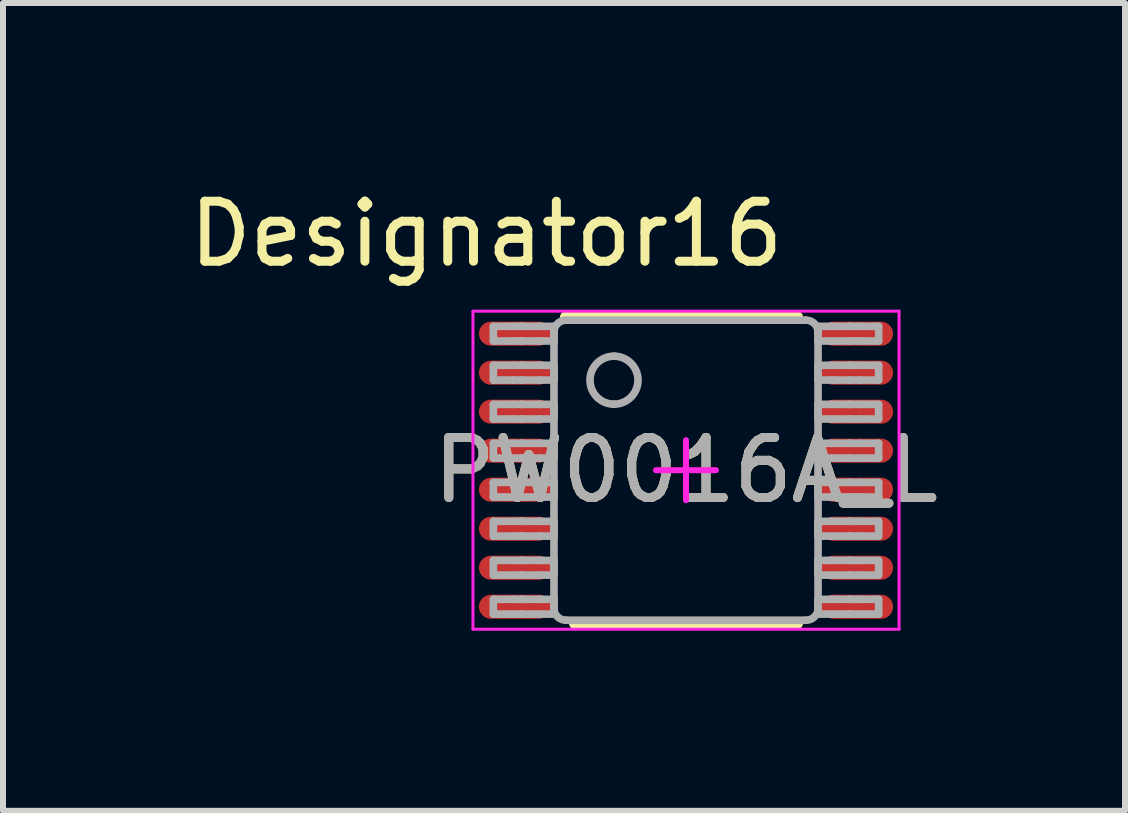
<source format=kicad_pcb>
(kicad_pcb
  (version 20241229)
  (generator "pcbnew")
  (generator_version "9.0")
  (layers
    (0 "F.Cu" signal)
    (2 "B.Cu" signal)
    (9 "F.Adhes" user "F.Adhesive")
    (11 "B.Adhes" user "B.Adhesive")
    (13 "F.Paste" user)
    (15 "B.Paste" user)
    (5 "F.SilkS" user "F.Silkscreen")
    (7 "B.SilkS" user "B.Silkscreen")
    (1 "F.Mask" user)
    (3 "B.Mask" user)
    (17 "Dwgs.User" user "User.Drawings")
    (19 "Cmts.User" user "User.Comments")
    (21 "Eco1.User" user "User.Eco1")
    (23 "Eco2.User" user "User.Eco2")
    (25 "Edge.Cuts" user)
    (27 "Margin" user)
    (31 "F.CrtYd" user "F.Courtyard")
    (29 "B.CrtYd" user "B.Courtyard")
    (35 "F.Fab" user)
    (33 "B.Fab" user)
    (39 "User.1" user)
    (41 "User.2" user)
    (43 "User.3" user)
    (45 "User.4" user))
  (footprint "PW0016A_L"
    (layer "F.Cu")
    (at 8.381 4.785)
    (property "Reference" "PW0016A_L" (at 0 0 0) (unlocked yes) (layer "F.SilkS") (effects (font (size 1 1) (thickness 0.15))))
    (attr smd)
    (fp_line (start -2 -2.55) (end 1.85 -2.55) (stroke (width 0.2) (type solid)) (layer "F.SilkS"))
    (fp_line (start -1.85 2.55) (end 1.85 2.55) (stroke (width 0.2) (type solid)) (layer "F.SilkS"))
    (fp_line (start -3.55 -2.65) (end 3.55 -2.65) (stroke (width 0.05) (type solid)) (layer "F.CrtYd"))
    (fp_line (start -3.55 2.65) (end -3.55 -2.65) (stroke (width 0.05) (type solid)) (layer "F.CrtYd"))
    (fp_line (start -3.55 2.65) (end 3.55 2.65) (stroke (width 0.05) (type solid)) (layer "F.CrtYd"))
    (fp_line (start -0.5 0) (end 0.5 0) (stroke (width 0.1) (type solid)) (layer "F.CrtYd"))
    (fp_line (start -0.000003 0.5) (end -0.000003 -0.5) (stroke (width 0.1) (type solid)) (layer "F.CrtYd"))
    (fp_line (start 3.55 2.65) (end 3.55 -2.65) (stroke (width 0.05) (type solid)) (layer "F.CrtYd"))
    (fp_line (start -3.21 -2.397) (end -2.887 -2.397) (stroke (width 0.127) (type solid)) (layer "F.Fab"))
    (fp_line (start -3.21 -2.153) (end -3.21 -2.397) (stroke (width 0.127) (type solid)) (layer "F.Fab"))
    (fp_line (start -3.21 -2.153) (end -2.887 -2.153) (stroke (width 0.127) (type solid)) (layer "F.Fab"))
    (fp_line (start -3.21 -1.748) (end -2.887 -1.748) (stroke (width 0.127) (type solid)) (layer "F.Fab"))
    (fp_line (start -3.21 -1.502) (end -3.21 -1.748) (stroke (width 0.127) (type solid)) (layer "F.Fab"))
    (fp_line (start -3.21 -1.502) (end -2.887 -1.502) (stroke (width 0.127) (type solid)) (layer "F.Fab"))
    (fp_line (start -3.21 -1.097) (end -2.887 -1.097) (stroke (width 0.127) (type solid)) (layer "F.Fab"))
    (fp_line (start -3.21 -0.853) (end -3.21 -1.097) (stroke (width 0.127) (type solid)) (layer "F.Fab"))
    (fp_line (start -3.21 -0.853) (end -2.887 -0.853) (stroke (width 0.127) (type solid)) (layer "F.Fab"))
    (fp_line (start -3.21 -0.448) (end -2.887 -0.448) (stroke (width 0.127) (type solid)) (layer "F.Fab"))
    (fp_line (start -3.21 -0.202) (end -3.21 -0.448) (stroke (width 0.127) (type solid)) (layer "F.Fab"))
    (fp_line (start -3.21 -0.202) (end -2.887 -0.202) (stroke (width 0.127) (type solid)) (layer "F.Fab"))
    (fp_line (start -3.21 0.203) (end -2.887 0.203) (stroke (width 0.127) (type solid)) (layer "F.Fab"))
    (fp_line (start -3.21 0.447) (end -3.21 0.203) (stroke (width 0.127) (type solid)) (layer "F.Fab"))
    (fp_line (start -3.21 0.447) (end -2.887 0.447) (stroke (width 0.127) (type solid)) (layer "F.Fab"))
    (fp_line (start -3.21 0.852) (end -2.887 0.852) (stroke (width 0.127) (type solid)) (layer "F.Fab"))
    (fp_line (start -3.21 1.098) (end -3.21 0.852) (stroke (width 0.127) (type solid)) (layer "F.Fab"))
    (fp_line (start -3.21 1.098) (end -2.887 1.098) (stroke (width 0.127) (type solid)) (layer "F.Fab"))
    (fp_line (start -3.21 1.503) (end -2.887 1.503) (stroke (width 0.127) (type solid)) (layer "F.Fab"))
    (fp_line (start -3.21 1.748) (end -3.21 1.503) (stroke (width 0.127) (type solid)) (layer "F.Fab"))
    (fp_line (start -3.21 1.748) (end -2.887 1.748) (stroke (width 0.127) (type solid)) (layer "F.Fab"))
    (fp_line (start -3.21 2.152) (end -2.887 2.152) (stroke (width 0.127) (type solid)) (layer "F.Fab"))
    (fp_line (start -3.21 2.398) (end -3.21 2.152) (stroke (width 0.127) (type solid)) (layer "F.Fab"))
    (fp_line (start -3.21 2.398) (end -2.887 2.398) (stroke (width 0.127) (type solid)) (layer "F.Fab"))
    (fp_line (start -2.887 -2.397) (end -2.739 -2.397) (stroke (width 0.127) (type solid)) (layer "F.Fab"))
    (fp_line (start -2.887 -2.153) (end -2.739 -2.153) (stroke (width 0.127) (type solid)) (layer "F.Fab"))
    (fp_line (start -2.887 -1.748) (end -2.739 -1.748) (stroke (width 0.127) (type solid)) (layer "F.Fab"))
    (fp_line (start -2.887 -1.502) (end -2.739 -1.502) (stroke (width 0.127) (type solid)) (layer "F.Fab"))
    (fp_line (start -2.887 -1.097) (end -2.739 -1.097) (stroke (width 0.127) (type solid)) (layer "F.Fab"))
    (fp_line (start -2.887 -0.853) (end -2.739 -0.853) (stroke (width 0.127) (type solid)) (layer "F.Fab"))
    (fp_line (start -2.887 -0.448) (end -2.739 -0.448) (stroke (width 0.127) (type solid)) (layer "F.Fab"))
    (fp_line (start -2.887 -0.202) (end -2.739 -0.202) (stroke (width 0.127) (type solid)) (layer "F.Fab"))
    (fp_line (start -2.887 0.203) (end -2.739 0.203) (stroke (width 0.127) (type solid)) (layer "F.Fab"))
    (fp_line (start -2.887 0.447) (end -2.739 0.447) (stroke (width 0.127) (type solid)) (layer "F.Fab"))
    (fp_line (start -2.887 0.852) (end -2.739 0.852) (stroke (width 0.127) (type solid)) (layer "F.Fab"))
    (fp_line (start -2.887 1.098) (end -2.739 1.098) (stroke (width 0.127) (type solid)) (layer "F.Fab"))
    (fp_line (start -2.887 1.503) (end -2.739 1.503) (stroke (width 0.127) (type solid)) (layer "F.Fab"))
    (fp_line (start -2.887 1.748) (end -2.739 1.748) (stroke (width 0.127) (type solid)) (layer "F.Fab"))
    (fp_line (start -2.887 2.152) (end -2.739 2.152) (stroke (width 0.127) (type solid)) (layer "F.Fab"))
    (fp_line (start -2.887 2.398) (end -2.739 2.398) (stroke (width 0.127) (type solid)) (layer "F.Fab"))
    (fp_line (start -2.739 -2.397) (end -2.733 -2.397) (stroke (width 0.127) (type solid)) (layer "F.Fab"))
    (fp_line (start -2.739 -2.153) (end -2.733 -2.153) (stroke (width 0.127) (type solid)) (layer "F.Fab"))
    (fp_line (start -2.739 -1.748) (end -2.733 -1.748) (stroke (width 0.127) (type solid)) (layer "F.Fab"))
    (fp_line (start -2.739 -1.502) (end -2.733 -1.502) (stroke (width 0.127) (type solid)) (layer "F.Fab"))
    (fp_line (start -2.739 -1.097) (end -2.733 -1.097) (stroke (width 0.127) (type solid)) (layer "F.Fab"))
    (fp_line (start -2.739 -0.853) (end -2.733 -0.853) (stroke (width 0.127) (type solid)) (layer "F.Fab"))
    (fp_line (start -2.739 -0.448) (end -2.733 -0.448) (stroke (width 0.127) (type solid)) (layer "F.Fab"))
    (fp_line (start -2.739 -0.202) (end -2.733 -0.202) (stroke (width 0.127) (type solid)) (layer "F.Fab"))
    (fp_line (start -2.739 0.203) (end -2.733 0.203) (stroke (width 0.127) (type solid)) (layer "F.Fab"))
    (fp_line (start -2.739 0.447) (end -2.733 0.447) (stroke (width 0.127) (type solid)) (layer "F.Fab"))
    (fp_line (start -2.739 0.852) (end -2.733 0.852) (stroke (width 0.127) (type solid)) (layer "F.Fab"))
    (fp_line (start -2.739 1.098) (end -2.733 1.098) (stroke (width 0.127) (type solid)) (layer "F.Fab"))
    (fp_line (start -2.739 1.503) (end -2.733 1.503) (stroke (width 0.127) (type solid)) (layer "F.Fab"))
    (fp_line (start -2.739 1.748) (end -2.733 1.748) (stroke (width 0.127) (type solid)) (layer "F.Fab"))
    (fp_line (start -2.739 2.152) (end -2.733 2.152) (stroke (width 0.127) (type solid)) (layer "F.Fab"))
    (fp_line (start -2.739 2.398) (end -2.733 2.398) (stroke (width 0.127) (type solid)) (layer "F.Fab"))
    (fp_line (start -2.733 -2.397) (end -2.431 -2.397) (stroke (width 0.127) (type solid)) (layer "F.Fab"))
    (fp_line (start -2.733 -2.153) (end -2.431 -2.153) (stroke (width 0.127) (type solid)) (layer "F.Fab"))
    (fp_line (start -2.733 -1.748) (end -2.431 -1.748) (stroke (width 0.127) (type solid)) (layer "F.Fab"))
    (fp_line (start -2.733 -1.502) (end -2.431 -1.502) (stroke (width 0.127) (type solid)) (layer "F.Fab"))
    (fp_line (start -2.733 -1.097) (end -2.431 -1.097) (stroke (width 0.127) (type solid)) (layer "F.Fab"))
    (fp_line (start -2.733 -0.853) (end -2.431 -0.853) (stroke (width 0.127) (type solid)) (layer "F.Fab"))
    (fp_line (start -2.733 -0.448) (end -2.431 -0.448) (stroke (width 0.127) (type solid)) (layer "F.Fab"))
    (fp_line (start -2.733 -0.202) (end -2.431 -0.202) (stroke (width 0.127) (type solid)) (layer "F.Fab"))
    (fp_line (start -2.733 0.203) (end -2.431 0.203) (stroke (width 0.127) (type solid)) (layer "F.Fab"))
    (fp_line (start -2.733 0.447) (end -2.431 0.447) (stroke (width 0.127) (type solid)) (layer "F.Fab"))
    (fp_line (start -2.733 0.852) (end -2.431 0.852) (stroke (width 0.127) (type solid)) (layer "F.Fab"))
    (fp_line (start -2.733 1.098) (end -2.431 1.098) (stroke (width 0.127) (type solid)) (layer "F.Fab"))
    (fp_line (start -2.733 1.503) (end -2.431 1.503) (stroke (width 0.127) (type solid)) (layer "F.Fab"))
    (fp_line (start -2.733 1.748) (end -2.431 1.748) (stroke (width 0.127) (type solid)) (layer "F.Fab"))
    (fp_line (start -2.733 2.152) (end -2.431 2.152) (stroke (width 0.127) (type solid)) (layer "F.Fab"))
    (fp_line (start -2.733 2.398) (end -2.431 2.398) (stroke (width 0.127) (type solid)) (layer "F.Fab"))
    (fp_line (start -2.431 -2.397) (end -2.2 -2.397) (stroke (width 0.127) (type solid)) (layer "F.Fab"))
    (fp_line (start -2.431 -2.153) (end -2.2 -2.153) (stroke (width 0.127) (type solid)) (layer "F.Fab"))
    (fp_line (start -2.431 -1.748) (end -2.2 -1.748) (stroke (width 0.127) (type solid)) (layer "F.Fab"))
    (fp_line (start -2.431 -1.502) (end -2.2 -1.502) (stroke (width 0.127) (type solid)) (layer "F.Fab"))
    (fp_line (start -2.431 -1.097) (end -2.2 -1.097) (stroke (width 0.127) (type solid)) (layer "F.Fab"))
    (fp_line (start -2.431 -0.853) (end -2.2 -0.853) (stroke (width 0.127) (type solid)) (layer "F.Fab"))
    (fp_line (start -2.431 -0.448) (end -2.2 -0.448) (stroke (width 0.127) (type solid)) (layer "F.Fab"))
    (fp_line (start -2.431 -0.202) (end -2.2 -0.202) (stroke (width 0.127) (type solid)) (layer "F.Fab"))
    (fp_line (start -2.431 0.203) (end -2.2 0.203) (stroke (width 0.127) (type solid)) (layer "F.Fab"))
    (fp_line (start -2.431 0.447) (end -2.2 0.447) (stroke (width 0.127) (type solid)) (layer "F.Fab"))
    (fp_line (start -2.431 0.852) (end -2.2 0.852) (stroke (width 0.127) (type solid)) (layer "F.Fab"))
    (fp_line (start -2.431 1.098) (end -2.2 1.098) (stroke (width 0.127) (type solid)) (layer "F.Fab"))
    (fp_line (start -2.431 1.503) (end -2.2 1.503) (stroke (width 0.127) (type solid)) (layer "F.Fab"))
    (fp_line (start -2.431 1.748) (end -2.2 1.748) (stroke (width 0.127) (type solid)) (layer "F.Fab"))
    (fp_line (start -2.431 2.152) (end -2.2 2.152) (stroke (width 0.127) (type solid)) (layer "F.Fab"))
    (fp_line (start -2.431 2.398) (end -2.2 2.398) (stroke (width 0.127) (type solid)) (layer "F.Fab"))
    (fp_line (start -2.2 -2.153) (end -2.2 -2.397) (stroke (width 0.127) (type solid)) (layer "F.Fab"))
    (fp_line (start -2.2 -1.502) (end -2.2 -1.748) (stroke (width 0.127) (type solid)) (layer "F.Fab"))
    (fp_line (start -2.2 -0.853) (end -2.2 -1.097) (stroke (width 0.127) (type solid)) (layer "F.Fab"))
    (fp_line (start -2.2 -0.202) (end -2.2 -0.448) (stroke (width 0.127) (type solid)) (layer "F.Fab"))
    (fp_line (start -2.2 0.447) (end -2.2 0.203) (stroke (width 0.127) (type solid)) (layer "F.Fab"))
    (fp_line (start -2.2 1.098) (end -2.2 0.852) (stroke (width 0.127) (type solid)) (layer "F.Fab"))
    (fp_line (start -2.2 1.748) (end -2.2 1.503) (stroke (width 0.127) (type solid)) (layer "F.Fab"))
    (fp_line (start -2.2 2.3) (end -2.2 -2.3) (stroke (width 0.127) (type solid)) (layer "F.Fab"))
    (fp_line (start -2.2 2.398) (end -2.2 2.152) (stroke (width 0.127) (type solid)) (layer "F.Fab"))
    (fp_line (start -2 -2.5) (end 2 -2.5) (stroke (width 0.127) (type solid)) (layer "F.Fab"))
    (fp_line (start -2 2.5) (end 2 2.5) (stroke (width 0.127) (type solid)) (layer "F.Fab"))
    (fp_line (start 2.2 -2.397) (end 2.43 -2.397) (stroke (width 0.127) (type solid)) (layer "F.Fab"))
    (fp_line (start 2.2 -2.153) (end 2.2 -2.397) (stroke (width 0.127) (type solid)) (layer "F.Fab"))
    (fp_line (start 2.2 -2.153) (end 2.43 -2.153) (stroke (width 0.127) (type solid)) (layer "F.Fab"))
    (fp_line (start 2.2 -1.748) (end 2.43 -1.748) (stroke (width 0.127) (type solid)) (layer "F.Fab"))
    (fp_line (start 2.2 -1.502) (end 2.2 -1.748) (stroke (width 0.127) (type solid)) (layer "F.Fab"))
    (fp_line (start 2.2 -1.502) (end 2.43 -1.502) (stroke (width 0.127) (type solid)) (layer "F.Fab"))
    (fp_line (start 2.2 -1.097) (end 2.43 -1.097) (stroke (width 0.127) (type solid)) (layer "F.Fab"))
    (fp_line (start 2.2 -0.853) (end 2.2 -1.097) (stroke (width 0.127) (type solid)) (layer "F.Fab"))
    (fp_line (start 2.2 -0.853) (end 2.43 -0.853) (stroke (width 0.127) (type solid)) (layer "F.Fab"))
    (fp_line (start 2.2 -0.448) (end 2.43 -0.448) (stroke (width 0.127) (type solid)) (layer "F.Fab"))
    (fp_line (start 2.2 -0.202) (end 2.2 -0.448) (stroke (width 0.127) (type solid)) (layer "F.Fab"))
    (fp_line (start 2.2 -0.202) (end 2.43 -0.202) (stroke (width 0.127) (type solid)) (layer "F.Fab"))
    (fp_line (start 2.2 0.203) (end 2.43 0.203) (stroke (width 0.127) (type solid)) (layer "F.Fab"))
    (fp_line (start 2.2 0.447) (end 2.2 0.203) (stroke (width 0.127) (type solid)) (layer "F.Fab"))
    (fp_line (start 2.2 0.447) (end 2.43 0.447) (stroke (width 0.127) (type solid)) (layer "F.Fab"))
    (fp_line (start 2.2 0.852) (end 2.43 0.852) (stroke (width 0.127) (type solid)) (layer "F.Fab"))
    (fp_line (start 2.2 1.098) (end 2.2 0.852) (stroke (width 0.127) (type solid)) (layer "F.Fab"))
    (fp_line (start 2.2 1.098) (end 2.43 1.098) (stroke (width 0.127) (type solid)) (layer "F.Fab"))
    (fp_line (start 2.2 1.503) (end 2.43 1.503) (stroke (width 0.127) (type solid)) (layer "F.Fab"))
    (fp_line (start 2.2 1.748) (end 2.2 1.503) (stroke (width 0.127) (type solid)) (layer "F.Fab"))
    (fp_line (start 2.2 1.748) (end 2.43 1.748) (stroke (width 0.127) (type solid)) (layer "F.Fab"))
    (fp_line (start 2.2 2.152) (end 2.43 2.152) (stroke (width 0.127) (type solid)) (layer "F.Fab"))
    (fp_line (start 2.2 2.3) (end 2.2 -2.3) (stroke (width 0.127) (type solid)) (layer "F.Fab"))
    (fp_line (start 2.2 2.398) (end 2.2 2.152) (stroke (width 0.127) (type solid)) (layer "F.Fab"))
    (fp_line (start 2.2 2.398) (end 2.43 2.398) (stroke (width 0.127) (type solid)) (layer "F.Fab"))
    (fp_line (start 2.43 -2.397) (end 2.733 -2.397) (stroke (width 0.127) (type solid)) (layer "F.Fab"))
    (fp_line (start 2.43 -2.153) (end 2.733 -2.153) (stroke (width 0.127) (type solid)) (layer "F.Fab"))
    (fp_line (start 2.43 -1.748) (end 2.733 -1.748) (stroke (width 0.127) (type solid)) (layer "F.Fab"))
    (fp_line (start 2.43 -1.502) (end 2.733 -1.502) (stroke (width 0.127) (type solid)) (layer "F.Fab"))
    (fp_line (start 2.43 -1.097) (end 2.733 -1.097) (stroke (width 0.127) (type solid)) (layer "F.Fab"))
    (fp_line (start 2.43 -0.853) (end 2.733 -0.853) (stroke (width 0.127) (type solid)) (layer "F.Fab"))
    (fp_line (start 2.43 -0.448) (end 2.733 -0.448) (stroke (width 0.127) (type solid)) (layer "F.Fab"))
    (fp_line (start 2.43 -0.202) (end 2.733 -0.202) (stroke (width 0.127) (type solid)) (layer "F.Fab"))
    (fp_line (start 2.43 0.203) (end 2.733 0.203) (stroke (width 0.127) (type solid)) (layer "F.Fab"))
    (fp_line (start 2.43 0.447) (end 2.733 0.447) (stroke (width 0.127) (type solid)) (layer "F.Fab"))
    (fp_line (start 2.43 0.852) (end 2.733 0.852) (stroke (width 0.127) (type solid)) (layer "F.Fab"))
    (fp_line (start 2.43 1.098) (end 2.733 1.098) (stroke (width 0.127) (type solid)) (layer "F.Fab"))
    (fp_line (start 2.43 1.503) (end 2.733 1.503) (stroke (width 0.127) (type solid)) (layer "F.Fab"))
    (fp_line (start 2.43 1.748) (end 2.733 1.748) (stroke (width 0.127) (type solid)) (layer "F.Fab"))
    (fp_line (start 2.43 2.152) (end 2.733 2.152) (stroke (width 0.127) (type solid)) (layer "F.Fab"))
    (fp_line (start 2.43 2.398) (end 2.733 2.398) (stroke (width 0.127) (type solid)) (layer "F.Fab"))
    (fp_line (start 2.733 -2.397) (end 2.739 -2.397) (stroke (width 0.127) (type solid)) (layer "F.Fab"))
    (fp_line (start 2.733 -2.153) (end 2.739 -2.153) (stroke (width 0.127) (type solid)) (layer "F.Fab"))
    (fp_line (start 2.733 -1.748) (end 2.739 -1.748) (stroke (width 0.127) (type solid)) (layer "F.Fab"))
    (fp_line (start 2.733 -1.502) (end 2.739 -1.502) (stroke (width 0.127) (type solid)) (layer "F.Fab"))
    (fp_line (start 2.733 -1.097) (end 2.739 -1.097) (stroke (width 0.127) (type solid)) (layer "F.Fab"))
    (fp_line (start 2.733 -0.853) (end 2.739 -0.853) (stroke (width 0.127) (type solid)) (layer "F.Fab"))
    (fp_line (start 2.733 -0.448) (end 2.739 -0.448) (stroke (width 0.127) (type solid)) (layer "F.Fab"))
    (fp_line (start 2.733 -0.202) (end 2.739 -0.202) (stroke (width 0.127) (type solid)) (layer "F.Fab"))
    (fp_line (start 2.733 0.203) (end 2.739 0.203) (stroke (width 0.127) (type solid)) (layer "F.Fab"))
    (fp_line (start 2.733 0.447) (end 2.739 0.447) (stroke (width 0.127) (type solid)) (layer "F.Fab"))
    (fp_line (start 2.733 0.852) (end 2.739 0.852) (stroke (width 0.127) (type solid)) (layer "F.Fab"))
    (fp_line (start 2.733 1.098) (end 2.739 1.098) (stroke (width 0.127) (type solid)) (layer "F.Fab"))
    (fp_line (start 2.733 1.503) (end 2.739 1.503) (stroke (width 0.127) (type solid)) (layer "F.Fab"))
    (fp_line (start 2.733 1.748) (end 2.739 1.748) (stroke (width 0.127) (type solid)) (layer "F.Fab"))
    (fp_line (start 2.733 2.152) (end 2.739 2.152) (stroke (width 0.127) (type solid)) (layer "F.Fab"))
    (fp_line (start 2.733 2.398) (end 2.739 2.398) (stroke (width 0.127) (type solid)) (layer "F.Fab"))
    (fp_line (start 2.739 -2.397) (end 2.887 -2.397) (stroke (width 0.127) (type solid)) (layer "F.Fab"))
    (fp_line (start 2.739 -2.153) (end 2.887 -2.153) (stroke (width 0.127) (type solid)) (layer "F.Fab"))
    (fp_line (start 2.739 -1.748) (end 2.887 -1.748) (stroke (width 0.127) (type solid)) (layer "F.Fab"))
    (fp_line (start 2.739 -1.502) (end 2.887 -1.502) (stroke (width 0.127) (type solid)) (layer "F.Fab"))
    (fp_line (start 2.739 -1.097) (end 2.887 -1.097) (stroke (width 0.127) (type solid)) (layer "F.Fab"))
    (fp_line (start 2.739 -0.853) (end 2.887 -0.853) (stroke (width 0.127) (type solid)) (layer "F.Fab"))
    (fp_line (start 2.739 -0.448) (end 2.887 -0.448) (stroke (width 0.127) (type solid)) (layer "F.Fab"))
    (fp_line (start 2.739 -0.202) (end 2.887 -0.202) (stroke (width 0.127) (type solid)) (layer "F.Fab"))
    (fp_line (start 2.739 0.203) (end 2.887 0.203) (stroke (width 0.127) (type solid)) (layer "F.Fab"))
    (fp_line (start 2.739 0.447) (end 2.887 0.447) (stroke (width 0.127) (type solid)) (layer "F.Fab"))
    (fp_line (start 2.739 0.852) (end 2.887 0.852) (stroke (width 0.127) (type solid)) (layer "F.Fab"))
    (fp_line (start 2.739 1.098) (end 2.887 1.098) (stroke (width 0.127) (type solid)) (layer "F.Fab"))
    (fp_line (start 2.739 1.503) (end 2.887 1.503) (stroke (width 0.127) (type solid)) (layer "F.Fab"))
    (fp_line (start 2.739 1.748) (end 2.887 1.748) (stroke (width 0.127) (type solid)) (layer "F.Fab"))
    (fp_line (start 2.739 2.152) (end 2.887 2.152) (stroke (width 0.127) (type solid)) (layer "F.Fab"))
    (fp_line (start 2.739 2.398) (end 2.887 2.398) (stroke (width 0.127) (type solid)) (layer "F.Fab"))
    (fp_line (start 2.887 -2.397) (end 3.21 -2.397) (stroke (width 0.127) (type solid)) (layer "F.Fab"))
    (fp_line (start 2.887 -2.153) (end 3.21 -2.153) (stroke (width 0.127) (type solid)) (layer "F.Fab"))
    (fp_line (start 2.887 -1.748) (end 3.21 -1.748) (stroke (width 0.127) (type solid)) (layer "F.Fab"))
    (fp_line (start 2.887 -1.502) (end 3.21 -1.502) (stroke (width 0.127) (type solid)) (layer "F.Fab"))
    (fp_line (start 2.887 -1.097) (end 3.21 -1.097) (stroke (width 0.127) (type solid)) (layer "F.Fab"))
    (fp_line (start 2.887 -0.853) (end 3.21 -0.853) (stroke (width 0.127) (type solid)) (layer "F.Fab"))
    (fp_line (start 2.887 -0.448) (end 3.21 -0.448) (stroke (width 0.127) (type solid)) (layer "F.Fab"))
    (fp_line (start 2.887 -0.202) (end 3.21 -0.202) (stroke (width 0.127) (type solid)) (layer "F.Fab"))
    (fp_line (start 2.887 0.203) (end 3.21 0.203) (stroke (width 0.127) (type solid)) (layer "F.Fab"))
    (fp_line (start 2.887 0.447) (end 3.21 0.447) (stroke (width 0.127) (type solid)) (layer "F.Fab"))
    (fp_line (start 2.887 0.852) (end 3.21 0.852) (stroke (width 0.127) (type solid)) (layer "F.Fab"))
    (fp_line (start 2.887 1.098) (end 3.21 1.098) (stroke (width 0.127) (type solid)) (layer "F.Fab"))
    (fp_line (start 2.887 1.503) (end 3.21 1.503) (stroke (width 0.127) (type solid)) (layer "F.Fab"))
    (fp_line (start 2.887 1.748) (end 3.21 1.748) (stroke (width 0.127) (type solid)) (layer "F.Fab"))
    (fp_line (start 2.887 2.152) (end 3.21 2.152) (stroke (width 0.127) (type solid)) (layer "F.Fab"))
    (fp_line (start 2.887 2.398) (end 3.21 2.398) (stroke (width 0.127) (type solid)) (layer "F.Fab"))
    (fp_line (start 3.21 -2.153) (end 3.21 -2.397) (stroke (width 0.127) (type solid)) (layer "F.Fab"))
    (fp_line (start 3.21 -1.502) (end 3.21 -1.748) (stroke (width 0.127) (type solid)) (layer "F.Fab"))
    (fp_line (start 3.21 -0.853) (end 3.21 -1.097) (stroke (width 0.127) (type solid)) (layer "F.Fab"))
    (fp_line (start 3.21 -0.202) (end 3.21 -0.448) (stroke (width 0.127) (type solid)) (layer "F.Fab"))
    (fp_line (start 3.21 0.447) (end 3.21 0.203) (stroke (width 0.127) (type solid)) (layer "F.Fab"))
    (fp_line (start 3.21 1.098) (end 3.21 0.852) (stroke (width 0.127) (type solid)) (layer "F.Fab"))
    (fp_line (start 3.21 1.748) (end 3.21 1.503) (stroke (width 0.127) (type solid)) (layer "F.Fab"))
    (fp_line (start 3.21 2.398) (end 3.21 2.152) (stroke (width 0.127) (type solid)) (layer "F.Fab"))
    (fp_arc (start -2.200001 -2.3) (mid -2.141422 -2.441421) (end -2.000001 -2.5) (stroke (width 0.127) (type solid)) (layer "F.Fab"))
    (fp_arc (start -2.000001 2.500015) (mid -2.141422 2.441437) (end -2.200001 2.300016) (stroke (width 0.127) (type solid)) (layer "F.Fab"))
    (fp_arc (start -1.200003 -1.900001) (mid -0.800003 -1.500002) (end -1.200003 -1.100003) (stroke (width 0.127) (type solid)) (layer "F.Fab"))
    (fp_arc (start -1.200003 -1.100003) (mid -1.600002 -1.500002) (end -1.200003 -1.900001) (stroke (width 0.127) (type solid)) (layer "F.Fab"))
    (fp_arc (start 1.999991 -2.5) (mid 2.141412 -2.441422) (end 2.199991 -2.3) (stroke (width 0.127) (type solid)) (layer "F.Fab"))
    (fp_arc (start 2.199991 2.300016) (mid 2.141412 2.441437) (end 1.999991 2.500015) (stroke (width 0.127) (type solid)) (layer "F.Fab"))
    (fp_text user "Designator16" (at -3.327 -3.937 0) (unlocked yes) (layer "F.SilkS") (effects (font (size 1 1) (thickness 0.15))))
    (fp_text user "${REFERENCE}" (at 0 0 0) (unlocked yes) (layer "F.Fab") (effects (font (size 1 1) (thickness 0.15))))
    (pad "1" smd oval (at -2.85 -2.275 90) (size 0.4 1.2) (layers "F.Cu" "F.Mask" "F.Paste"))
    (pad "2" smd oval (at -2.85 -1.625 90) (size 0.4 1.2) (layers "F.Cu" "F.Mask" "F.Paste"))
    (pad "3" smd oval (at -2.85 -0.975 90) (size 0.4 1.2) (layers "F.Cu" "F.Mask" "F.Paste"))
    (pad "4" smd oval (at -2.85 -0.325 90) (size 0.4 1.2) (layers "F.Cu" "F.Mask" "F.Paste"))
    (pad "5" smd oval (at -2.85 0.325 90) (size 0.4 1.2) (layers "F.Cu" "F.Mask" "F.Paste"))
    (pad "6" smd oval (at -2.85 0.975 90) (size 0.4 1.2) (layers "F.Cu" "F.Mask" "F.Paste"))
    (pad "7" smd oval (at -2.85 1.625 90) (size 0.4 1.2) (layers "F.Cu" "F.Mask" "F.Paste"))
    (pad "8" smd oval (at -2.85 2.275 90) (size 0.4 1.2) (layers "F.Cu" "F.Mask" "F.Paste"))
    (pad "9" smd oval (at 2.85 2.275 90) (size 0.4 1.2) (layers "F.Cu" "F.Mask" "F.Paste"))
    (pad "10" smd oval (at 2.85 1.625 90) (size 0.4 1.2) (layers "F.Cu" "F.Mask" "F.Paste"))
    (pad "11" smd oval (at 2.85 0.975 90) (size 0.4 1.2) (layers "F.Cu" "F.Mask" "F.Paste"))
    (pad "12" smd oval (at 2.85 0.325 90) (size 0.4 1.2) (layers "F.Cu" "F.Mask" "F.Paste"))
    (pad "13" smd oval (at 2.85 -0.325 90) (size 0.4 1.2) (layers "F.Cu" "F.Mask" "F.Paste"))
    (pad "14" smd oval (at 2.85 -0.975 90) (size 0.4 1.2) (layers "F.Cu" "F.Mask" "F.Paste"))
    (pad "15" smd oval (at 2.85 -1.625 90) (size 0.4 1.2) (layers "F.Cu" "F.Mask" "F.Paste"))
    (pad "16" smd oval (at 2.85 -2.275 90) (size 0.4 1.2) (layers "F.Cu" "F.Mask" "F.Paste")))
  (gr_rect
    (start -3 -3)
    (end 15.696 10.46)
    (stroke (width 0.1) (type default))
    (fill no)
    (layer "Edge.Cuts")))
</source>
